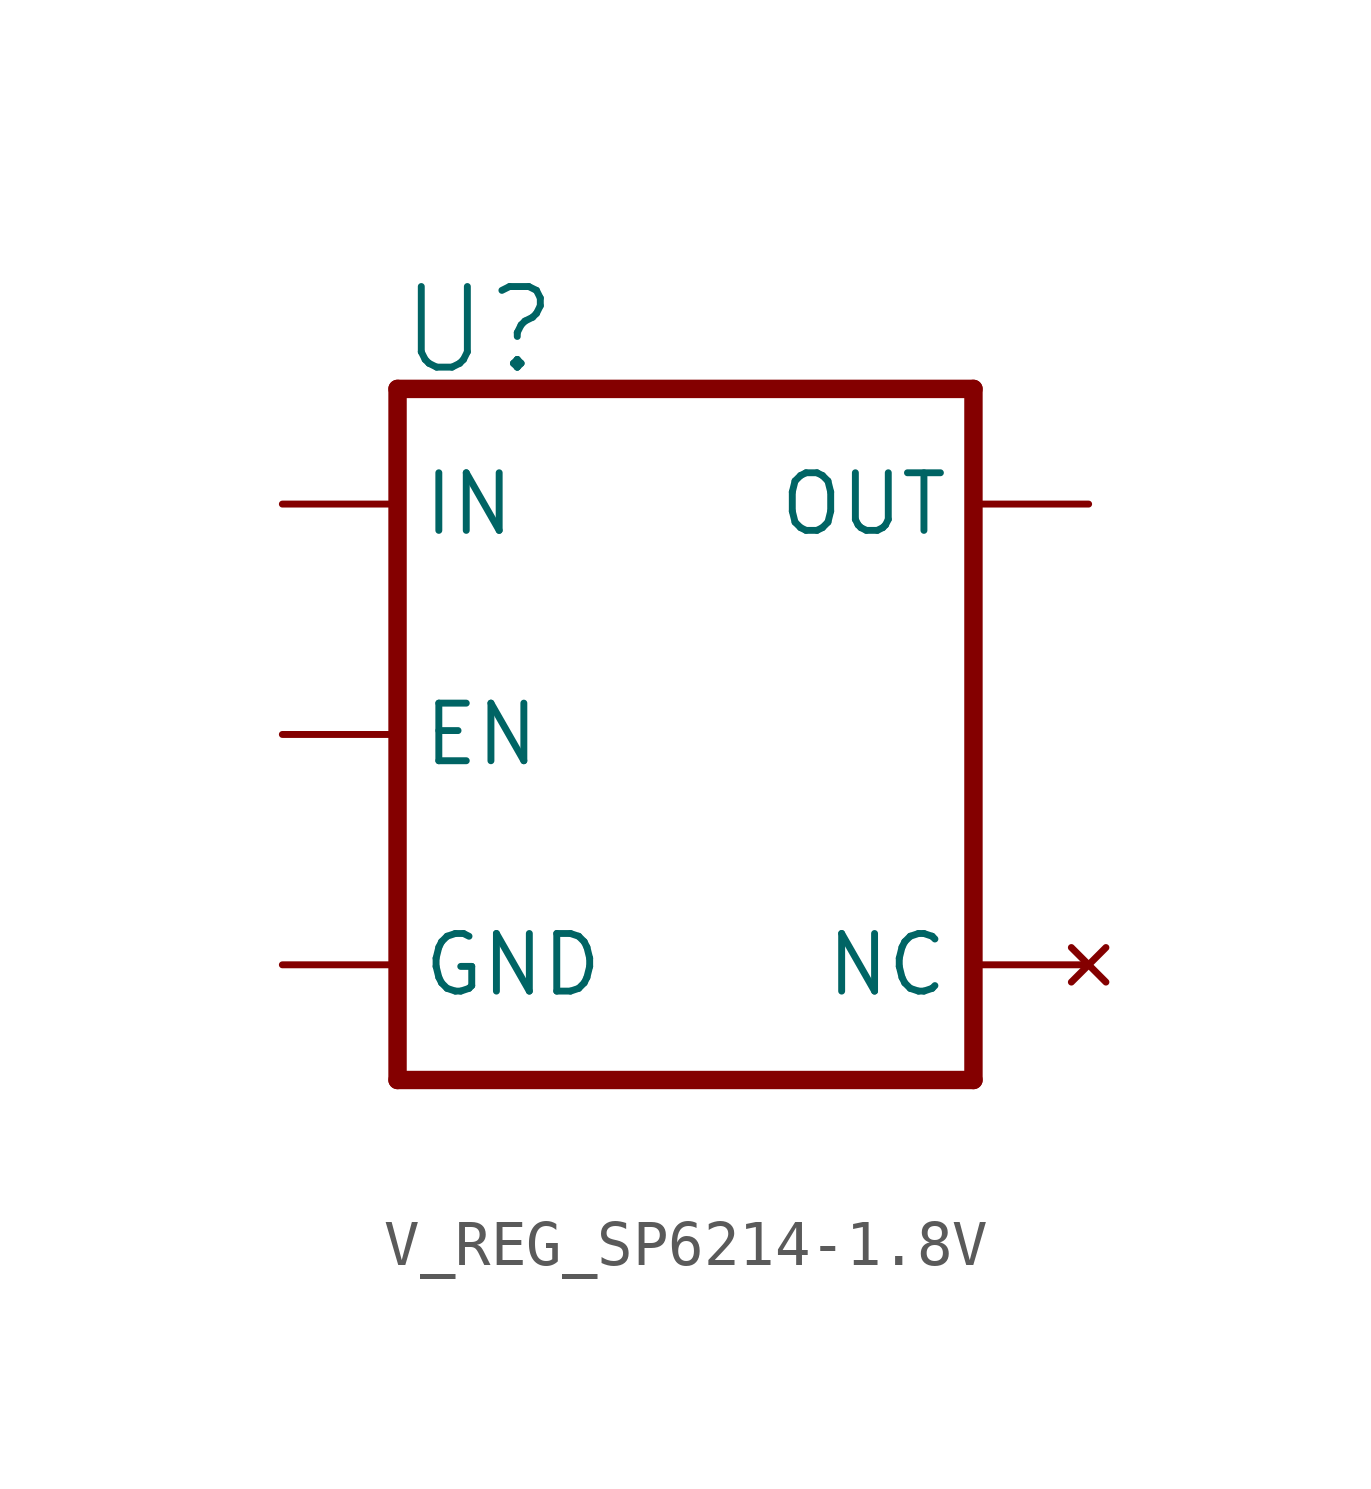
<source format=kicad_sym>
(kicad_symbol_lib
  (version 20220914)
  (generator kicad_symbol_editor)
  (symbol "V_REG_SP6214-1.8V"
    (property "Reference" "U"
      (at -7.62 7.874 0)
      (effects (font (size 1.778 1.778)) (justify left bottom)))
    (property "Value" ""
      (at -7.62 -7.874 0)
      (effects (font (size 1.778 1.778)) (justify left top)))
    (property "ki_locked" ""
      (at 0 0 0)
      (effects (font (size 1.27 1.27))))
    (symbol "V_REG_SP6214-1.8V_1_0"
      (polyline (pts (xy -7.62 -7.62) (xy 5.08 -7.62)) (stroke (width 0.406) (type solid)) (fill (type none)))
      (polyline (pts (xy -7.62 7.62) (xy -7.62 -7.62)) (stroke (width 0.406) (type solid)) (fill (type none)))
      (polyline (pts (xy 5.08 -7.62) (xy 5.08 7.62)) (stroke (width 0.406) (type solid)) (fill (type none)))
      (polyline (pts (xy 5.08 7.62) (xy -7.62 7.62)) (stroke (width 0.406) (type solid)) (fill (type none)))
      (pin input line (at -10.16 5.08 0) (length 2.54) (name "IN" (effects (font (size 1.27 1.27)))) (number "1" (effects (font (size 0 0)))))
      (pin input line (at -10.16 -5.08 0) (length 2.54) (name "GND" (effects (font (size 1.27 1.27)))) (number "2" (effects (font (size 0 0)))))
      (pin input line (at -10.16 0 0) (length 2.54) (name "EN" (effects (font (size 1.27 1.27)))) (number "3" (effects (font (size 0 0)))))
      (pin no_connect line (at 7.62 -5.08 180) (length 2.54) (name "NC" (effects (font (size 1.27 1.27)))) (number "4" (effects (font (size 0 0)))))
      (pin passive line (at 7.62 5.08 180) (length 2.54) (name "OUT" (effects (font (size 1.27 1.27)))) (number "5" (effects (font (size 0 0))))))))
</source>
